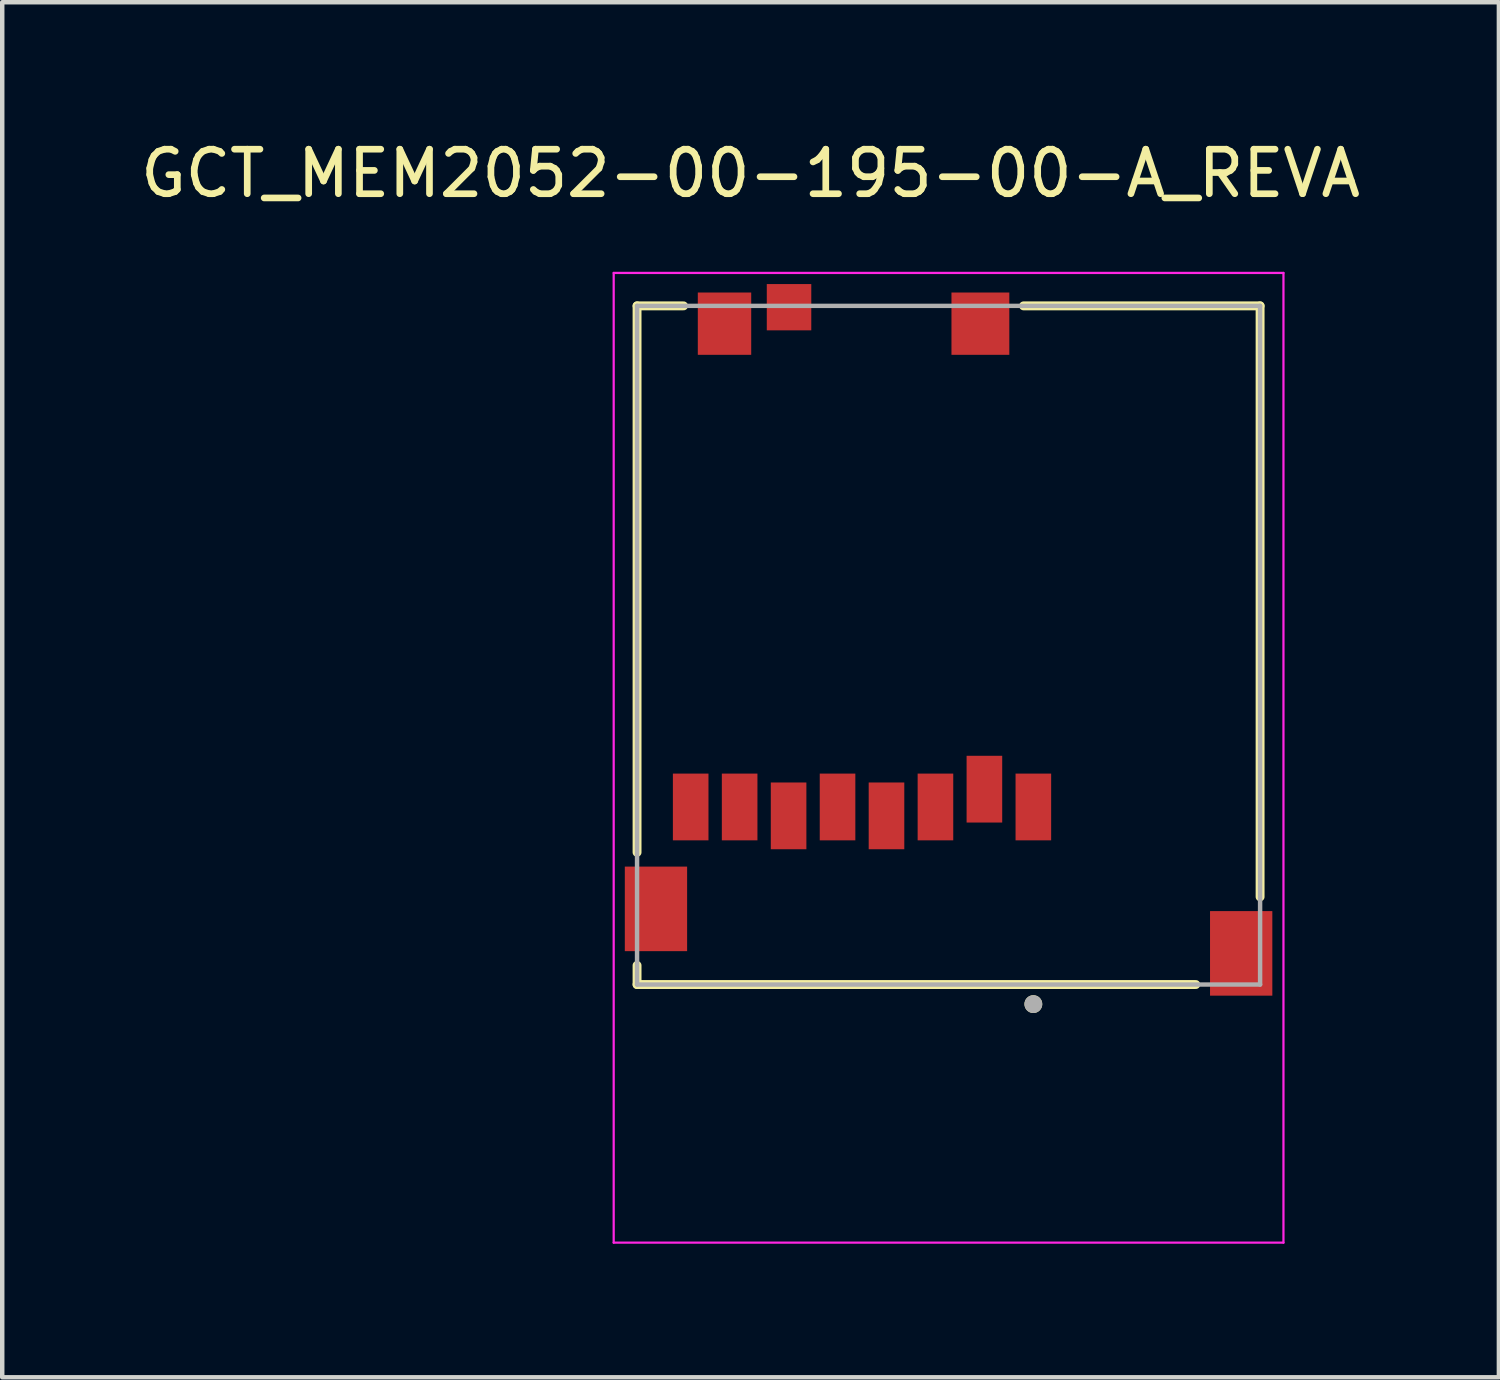
<source format=kicad_pcb>
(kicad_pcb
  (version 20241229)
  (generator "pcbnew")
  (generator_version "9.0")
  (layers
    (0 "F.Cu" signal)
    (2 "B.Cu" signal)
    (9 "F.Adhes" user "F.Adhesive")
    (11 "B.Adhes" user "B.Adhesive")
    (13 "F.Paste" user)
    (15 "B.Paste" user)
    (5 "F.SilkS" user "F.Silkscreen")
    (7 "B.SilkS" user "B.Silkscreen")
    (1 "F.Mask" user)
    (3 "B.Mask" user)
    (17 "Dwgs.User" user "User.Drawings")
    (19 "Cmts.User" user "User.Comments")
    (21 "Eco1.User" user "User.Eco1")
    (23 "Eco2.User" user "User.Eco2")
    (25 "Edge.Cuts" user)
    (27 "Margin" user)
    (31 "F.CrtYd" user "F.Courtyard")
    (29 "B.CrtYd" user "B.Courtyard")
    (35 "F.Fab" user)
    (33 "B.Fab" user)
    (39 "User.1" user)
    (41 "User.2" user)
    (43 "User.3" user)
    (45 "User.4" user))
  (footprint "GCT_MEM2052-00-195-00-A_REVA"
    (layer "F.Cu")
    (at 18.265 11.448)
    (property "Reference" "GCT_MEM2052-00-195-00-A_REVA" (at -4.45 -10.6 0) (layer "F.SilkS") (effects (font (size 1 1) (thickness 0.15))))
    (attr smd)
    (fp_line (start -7 -7.625) (end -5.955 -7.625) (stroke (width 0.2) (type solid)) (layer "F.SilkS"))
    (fp_line (start -7 4.655) (end -7 -7.625) (stroke (width 0.2) (type solid)) (layer "F.SilkS"))
    (fp_line (start -7 7.625) (end -7 7.195) (stroke (width 0.2) (type solid)) (layer "F.SilkS"))
    (fp_line (start 1.685 -7.625) (end 7 -7.625) (stroke (width 0.2) (type solid)) (layer "F.SilkS"))
    (fp_line (start 5.555 7.625) (end -7 7.625) (stroke (width 0.2) (type solid)) (layer "F.SilkS"))
    (fp_line (start 7 -7.625) (end 7 5.655) (stroke (width 0.2) (type solid)) (layer "F.SilkS"))
    (fp_circle (center 1.905 8.065) (end 2.005 8.065) (stroke (width 0.2) (type solid)) (fill no) (layer "F.SilkS"))
    (fp_line (start -7.525 -8.365) (end -7.525 13.425) (stroke (width 0.05) (type solid)) (layer "F.CrtYd"))
    (fp_line (start -7.525 13.425) (end 7.525 13.425) (stroke (width 0.05) (type solid)) (layer "F.CrtYd"))
    (fp_line (start 7.525 -8.365) (end -7.525 -8.365) (stroke (width 0.05) (type solid)) (layer "F.CrtYd"))
    (fp_line (start 7.525 13.425) (end 7.525 -8.365) (stroke (width 0.05) (type solid)) (layer "F.CrtYd"))
    (fp_line (start -7 -7.625) (end 7 -7.625) (stroke (width 0.1) (type solid)) (layer "F.Fab"))
    (fp_line (start -7 7.625) (end -7 -7.625) (stroke (width 0.1) (type solid)) (layer "F.Fab"))
    (fp_line (start 7 -7.625) (end 7 7.625) (stroke (width 0.1) (type solid)) (layer "F.Fab"))
    (fp_line (start 7 7.625) (end -7 7.625) (stroke (width 0.1) (type solid)) (layer "F.Fab"))
    (fp_circle (center 1.905 8.065) (end 2.005 8.065) (stroke (width 0.2) (type solid)) (fill no) (layer "F.Fab"))
    (pad "G1" smd rect (at -6.575 5.925) (size 1.4 1.9) (layers "F.Cu" "F.Mask" "F.Paste"))
    (pad "G2" smd rect (at 6.575 6.925) (size 1.4 1.9) (layers "F.Cu" "F.Mask" "F.Paste"))
    (pad "G3" smd rect (at -5.035 -7.225) (size 1.2 1.4) (layers "F.Cu" "F.Mask" "F.Paste"))
    (pad "G4" smd rect (at 0.715 -7.225) (size 1.3 1.4) (layers "F.Cu" "F.Mask" "F.Paste"))
    (pad "P1" smd rect (at 1.905 3.635) (size 0.8 1.5) (layers "F.Cu" "F.Mask" "F.Paste"))
    (pad "P2" smd rect (at 0.805 3.235) (size 0.8 1.5) (layers "F.Cu" "F.Mask" "F.Paste"))
    (pad "P3" smd rect (at -0.295 3.635) (size 0.8 1.5) (layers "F.Cu" "F.Mask" "F.Paste"))
    (pad "P4" smd rect (at -1.395 3.835) (size 0.8 1.5) (layers "F.Cu" "F.Mask" "F.Paste"))
    (pad "P5" smd rect (at -2.495 3.635) (size 0.8 1.5) (layers "F.Cu" "F.Mask" "F.Paste"))
    (pad "P6" smd rect (at -3.595 3.835) (size 0.8 1.5) (layers "F.Cu" "F.Mask" "F.Paste"))
    (pad "P7" smd rect (at -4.695 3.635) (size 0.8 1.5) (layers "F.Cu" "F.Mask" "F.Paste"))
    (pad "P8" smd rect (at -5.795 3.635) (size 0.8 1.5) (layers "F.Cu" "F.Mask" "F.Paste"))
    (pad "P9" smd rect (at -3.585 -7.595) (size 1 1.04) (layers "F.Cu" "F.Mask" "F.Paste"))
    (zone (net_name "") (layer "F.Cu") (hatch full 0.508) (connect_pads) (min_thickness 0.01) (filled_areas_thickness no) (keepout (tracks not_allowed) (vias not_allowed) (pads not_allowed) (copperpour not_allowed) (footprints allowed)) (placement (enabled no)) (fill) (polygon (pts (xy 20.715 10.213) (xy 11.955 10.213) (xy 11.955 7.913) (xy 13.975 7.913) (xy 13.975 6.083) (xy 15.475 6.083) (xy 15.475 7.913) (xy 20.715 7.913))))
    (zone (net_name "") (layers "F.Cu" "B.Cu") (hatch full 0.508) (connect_pads) (min_thickness 0.01) (filled_areas_thickness no) (keepout (tracks allowed) (vias not_allowed) (pads allowed) (copperpour allowed) (footprints allowed)) (placement (enabled no)) (fill) (polygon (pts (xy 20.715 10.213) (xy 11.955 10.213) (xy 11.955 7.913) (xy 13.975 7.913) (xy 13.975 6.083) (xy 15.475 6.083) (xy 15.475 7.913) (xy 20.715 7.913)))))
  (gr_rect
    (start -3 -3)
    (end 30.631 27.898)
    (stroke (width 0.1) (type default))
    (fill no)
    (layer "Edge.Cuts")))
</source>
